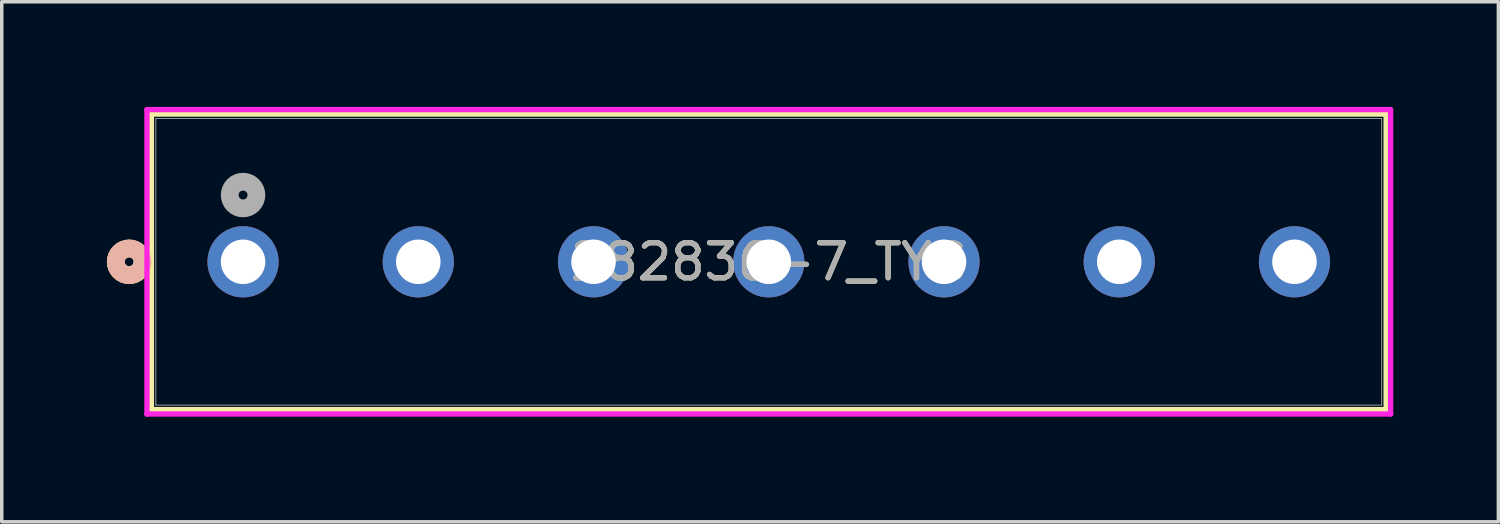
<source format=kicad_pcb>
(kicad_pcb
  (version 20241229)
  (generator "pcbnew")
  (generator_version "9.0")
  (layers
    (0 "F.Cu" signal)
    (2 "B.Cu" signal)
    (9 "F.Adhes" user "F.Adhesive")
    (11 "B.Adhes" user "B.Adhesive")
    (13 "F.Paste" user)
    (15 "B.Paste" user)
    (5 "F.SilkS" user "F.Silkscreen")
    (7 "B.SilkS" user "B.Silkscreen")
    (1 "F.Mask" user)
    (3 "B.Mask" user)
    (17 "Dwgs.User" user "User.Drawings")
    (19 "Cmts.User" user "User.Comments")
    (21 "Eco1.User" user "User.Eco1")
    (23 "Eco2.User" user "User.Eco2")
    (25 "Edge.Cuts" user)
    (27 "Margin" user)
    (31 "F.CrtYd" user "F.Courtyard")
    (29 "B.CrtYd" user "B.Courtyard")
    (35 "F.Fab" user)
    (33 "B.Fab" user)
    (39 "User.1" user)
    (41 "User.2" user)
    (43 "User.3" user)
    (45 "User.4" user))
  (footprint "282836-7_TYC"
    (layer "F.Cu")
    (at 3.885 4.42)
    (property "Reference" "282836-7_TYC" (at 15 0 0) (unlocked yes) (layer "F.SilkS") (effects (font (size 1 1) (thickness 0.15))))
    (attr through_hole)
    (fp_line (start -2.615 -4.216) (end -2.615 4.216) (stroke (width 0.152) (type solid)) (layer "F.SilkS"))
    (fp_line (start -2.615 4.216) (end 32.615 4.216) (stroke (width 0.152) (type solid)) (layer "F.SilkS"))
    (fp_line (start 32.615 -4.216) (end -2.615 -4.216) (stroke (width 0.152) (type solid)) (layer "F.SilkS"))
    (fp_line (start 32.615 4.216) (end 32.615 -4.216) (stroke (width 0.152) (type solid)) (layer "F.SilkS"))
    (fp_circle (center -3.25 0) (end -2.869 0) (stroke (width 0.508) (type solid)) (fill no) (layer "F.SilkS"))
    (fp_circle (center -3.25 0) (end -2.869 0) (stroke (width 0.508) (type solid)) (fill no) (layer "B.SilkS"))
    (fp_line (start -2.742 -4.343) (end -2.742 4.343) (stroke (width 0.152) (type solid)) (layer "F.CrtYd"))
    (fp_line (start -2.742 4.343) (end 32.742 4.343) (stroke (width 0.152) (type solid)) (layer "F.CrtYd"))
    (fp_line (start 32.742 -4.343) (end -2.742 -4.343) (stroke (width 0.152) (type solid)) (layer "F.CrtYd"))
    (fp_line (start 32.742 4.343) (end 32.742 -4.343) (stroke (width 0.152) (type solid)) (layer "F.CrtYd"))
    (fp_line (start -2.488 -4.089) (end -2.488 4.089) (stroke (width 0.025) (type solid)) (layer "F.Fab"))
    (fp_line (start -2.488 4.089) (end 32.488 4.089) (stroke (width 0.025) (type solid)) (layer "F.Fab"))
    (fp_line (start 32.488 -4.089) (end -2.488 -4.089) (stroke (width 0.025) (type solid)) (layer "F.Fab"))
    (fp_line (start 32.488 4.089) (end 32.488 -4.089) (stroke (width 0.025) (type solid)) (layer "F.Fab"))
    (fp_circle (center 0 -1.905) (end 0.381 -1.905) (stroke (width 0.508) (type solid)) (fill no) (layer "F.Fab"))
    (fp_text user "${REFERENCE}" (at 15 0 0) (unlocked yes) (layer "F.Fab") (effects (font (size 1 1) (thickness 0.15))))
    (pad "1" thru_hole circle (at 0 0) (size 2.032 2.032) (drill 1.27) (layers "*.Cu" "*.Mask"))
    (pad "2" thru_hole circle (at 5 0) (size 2.032 2.032) (drill 1.27) (layers "*.Cu" "*.Mask"))
    (pad "3" thru_hole circle (at 10 0) (size 2.032 2.032) (drill 1.27) (layers "*.Cu" "*.Mask"))
    (pad "4" thru_hole circle (at 15 0) (size 2.032 2.032) (drill 1.27) (layers "*.Cu" "*.Mask"))
    (pad "5" thru_hole circle (at 20 0) (size 2.032 2.032) (drill 1.27) (layers "*.Cu" "*.Mask"))
    (pad "6" thru_hole circle (at 25 0) (size 2.032 2.032) (drill 1.27) (layers "*.Cu" "*.Mask"))
    (pad "7" thru_hole circle (at 30 0) (size 2.032 2.032) (drill 1.27) (layers "*.Cu" "*.Mask")))
  (gr_rect
    (start -3 -3)
    (end 39.703 11.839)
    (stroke (width 0.1) (type default))
    (fill no)
    (layer "Edge.Cuts")))
</source>
